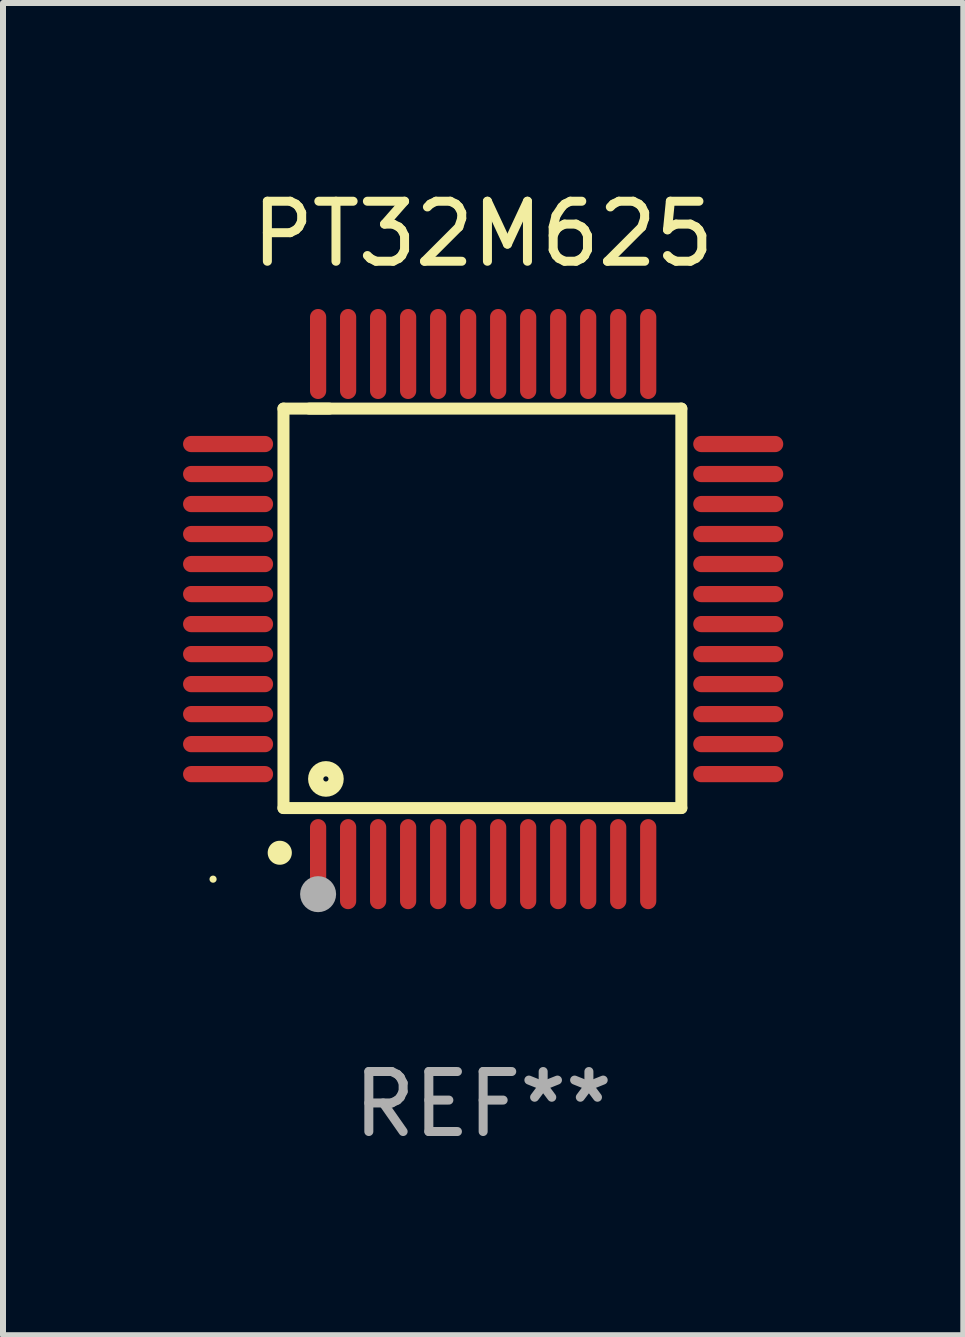
<source format=kicad_pcb>
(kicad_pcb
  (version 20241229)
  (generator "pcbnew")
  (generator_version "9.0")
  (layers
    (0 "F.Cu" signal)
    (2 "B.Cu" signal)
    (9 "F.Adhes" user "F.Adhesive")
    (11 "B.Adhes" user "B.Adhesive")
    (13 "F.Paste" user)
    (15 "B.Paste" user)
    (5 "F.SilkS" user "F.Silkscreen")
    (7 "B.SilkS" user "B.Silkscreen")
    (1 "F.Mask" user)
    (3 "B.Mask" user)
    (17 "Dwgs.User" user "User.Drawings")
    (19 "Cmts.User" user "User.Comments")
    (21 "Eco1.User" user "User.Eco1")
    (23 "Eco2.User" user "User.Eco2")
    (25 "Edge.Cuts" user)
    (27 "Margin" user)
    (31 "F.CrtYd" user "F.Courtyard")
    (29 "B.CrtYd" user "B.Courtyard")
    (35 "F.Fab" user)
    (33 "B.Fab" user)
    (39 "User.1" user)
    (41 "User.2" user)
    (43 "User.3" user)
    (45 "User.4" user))
  (footprint "PT32M625"
    (layer "F.Cu")
    (at 5 7.098)
    (property "Reference" "PT32M625" (at 0 -6.25 0) (layer "F.SilkS") (effects (font (size 1 1) (thickness 0.15))))
    (attr through_hole)
    (fp_line (start -3.327 -3.34) (end -2.565 -3.34) (stroke (width 0.2) (type solid)) (layer "F.SilkS"))
    (fp_line (start -3.327 3.315) (end -3.327 -3.34) (stroke (width 0.2) (type solid)) (layer "F.SilkS"))
    (fp_line (start -2.896 -3.34) (end 3.302 -3.34) (stroke (width 0.2) (type solid)) (layer "F.SilkS"))
    (fp_line (start 3.302 -3.34) (end 3.302 3.315) (stroke (width 0.2) (type solid)) (layer "F.SilkS"))
    (fp_line (start 3.302 3.315) (end -3.327 3.315) (stroke (width 0.2) (type solid)) (layer "F.SilkS"))
    (fp_arc (start -3.389992 4.059995) (mid -3.388722 4.059991) (end -3.387452 4.059995) (stroke (width 0.4) (type solid)) (layer "F.SilkS"))
    (fp_circle (center -4.5 4.5) (end -4.47 4.5) (stroke (width 0.06) (type solid)) (fill no) (layer "F.SilkS"))
    (fp_circle (center -2.62 2.83) (end -2.45 2.83) (stroke (width 0.254) (type solid)) (fill no) (layer "F.SilkS"))
    (fp_circle (center -2.75 4.75) (end -2.6 4.75) (stroke (width 0.3) (type solid)) (fill no) (layer "F.Fab"))
    (fp_text user "REF**" (at 0 8.25 0) (layer "F.Fab") (effects (font (size 1 1) (thickness 0.15))))
    (pad "1" smd oval (at -2.75 4.25) (size 0.27 1.5) (layers "F.Cu" "F.Mask" "F.Paste"))
    (pad "2" smd oval (at -2.25 4.25) (size 0.27 1.5) (layers "F.Cu" "F.Mask" "F.Paste"))
    (pad "3" smd oval (at -1.75 4.25) (size 0.27 1.5) (layers "F.Cu" "F.Mask" "F.Paste"))
    (pad "4" smd oval (at -1.25 4.25) (size 0.27 1.5) (layers "F.Cu" "F.Mask" "F.Paste"))
    (pad "5" smd oval (at -0.75 4.25) (size 0.27 1.5) (layers "F.Cu" "F.Mask" "F.Paste"))
    (pad "6" smd oval (at -0.25 4.25) (size 0.27 1.5) (layers "F.Cu" "F.Mask" "F.Paste"))
    (pad "7" smd oval (at 0.25 4.25) (size 0.27 1.5) (layers "F.Cu" "F.Mask" "F.Paste"))
    (pad "8" smd oval (at 0.75 4.25) (size 0.27 1.5) (layers "F.Cu" "F.Mask" "F.Paste"))
    (pad "9" smd oval (at 1.25 4.25) (size 0.27 1.5) (layers "F.Cu" "F.Mask" "F.Paste"))
    (pad "10" smd oval (at 1.75 4.25) (size 0.27 1.5) (layers "F.Cu" "F.Mask" "F.Paste"))
    (pad "11" smd oval (at 2.25 4.25) (size 0.27 1.5) (layers "F.Cu" "F.Mask" "F.Paste"))
    (pad "12" smd oval (at 2.75 4.25) (size 0.27 1.5) (layers "F.Cu" "F.Mask" "F.Paste"))
    (pad "13" smd oval (at 4.25 2.75) (size 1.5 0.27) (layers "F.Cu" "F.Mask" "F.Paste"))
    (pad "14" smd oval (at 4.25 2.25) (size 1.5 0.27) (layers "F.Cu" "F.Mask" "F.Paste"))
    (pad "15" smd oval (at 4.25 1.75) (size 1.5 0.27) (layers "F.Cu" "F.Mask" "F.Paste"))
    (pad "16" smd oval (at 4.25 1.25) (size 1.5 0.27) (layers "F.Cu" "F.Mask" "F.Paste"))
    (pad "17" smd oval (at 4.25 0.75) (size 1.5 0.27) (layers "F.Cu" "F.Mask" "F.Paste"))
    (pad "18" smd oval (at 4.25 0.25) (size 1.5 0.27) (layers "F.Cu" "F.Mask" "F.Paste"))
    (pad "19" smd oval (at 4.25 -0.25) (size 1.5 0.27) (layers "F.Cu" "F.Mask" "F.Paste"))
    (pad "20" smd oval (at 4.25 -0.75) (size 1.5 0.27) (layers "F.Cu" "F.Mask" "F.Paste"))
    (pad "21" smd oval (at 4.25 -1.25) (size 1.5 0.27) (layers "F.Cu" "F.Mask" "F.Paste"))
    (pad "22" smd oval (at 4.25 -1.75) (size 1.5 0.27) (layers "F.Cu" "F.Mask" "F.Paste"))
    (pad "23" smd oval (at 4.25 -2.25) (size 1.5 0.27) (layers "F.Cu" "F.Mask" "F.Paste"))
    (pad "24" smd oval (at 4.25 -2.75) (size 1.5 0.27) (layers "F.Cu" "F.Mask" "F.Paste"))
    (pad "25" smd oval (at 2.75 -4.25) (size 0.27 1.5) (layers "F.Cu" "F.Mask" "F.Paste"))
    (pad "26" smd oval (at 2.25 -4.25) (size 0.27 1.5) (layers "F.Cu" "F.Mask" "F.Paste"))
    (pad "27" smd oval (at 1.75 -4.25) (size 0.27 1.5) (layers "F.Cu" "F.Mask" "F.Paste"))
    (pad "28" smd oval (at 1.25 -4.25) (size 0.27 1.5) (layers "F.Cu" "F.Mask" "F.Paste"))
    (pad "29" smd oval (at 0.75 -4.25) (size 0.27 1.5) (layers "F.Cu" "F.Mask" "F.Paste"))
    (pad "30" smd oval (at 0.25 -4.25) (size 0.27 1.5) (layers "F.Cu" "F.Mask" "F.Paste"))
    (pad "31" smd oval (at -0.25 -4.25) (size 0.27 1.5) (layers "F.Cu" "F.Mask" "F.Paste"))
    (pad "32" smd oval (at -0.75 -4.25) (size 0.27 1.5) (layers "F.Cu" "F.Mask" "F.Paste"))
    (pad "33" smd oval (at -1.25 -4.25) (size 0.27 1.5) (layers "F.Cu" "F.Mask" "F.Paste"))
    (pad "34" smd oval (at -1.75 -4.25) (size 0.27 1.5) (layers "F.Cu" "F.Mask" "F.Paste"))
    (pad "35" smd oval (at -2.25 -4.25) (size 0.27 1.5) (layers "F.Cu" "F.Mask" "F.Paste"))
    (pad "36" smd oval (at -2.75 -4.25) (size 0.27 1.5) (layers "F.Cu" "F.Mask" "F.Paste"))
    (pad "37" smd oval (at -4.25 -2.75) (size 1.5 0.27) (layers "F.Cu" "F.Mask" "F.Paste"))
    (pad "38" smd oval (at -4.25 -2.25) (size 1.5 0.27) (layers "F.Cu" "F.Mask" "F.Paste"))
    (pad "39" smd oval (at -4.25 -1.75) (size 1.5 0.27) (layers "F.Cu" "F.Mask" "F.Paste"))
    (pad "40" smd oval (at -4.25 -1.25) (size 1.5 0.27) (layers "F.Cu" "F.Mask" "F.Paste"))
    (pad "41" smd oval (at -4.25 -0.75) (size 1.5 0.27) (layers "F.Cu" "F.Mask" "F.Paste"))
    (pad "42" smd oval (at -4.25 -0.25) (size 1.5 0.27) (layers "F.Cu" "F.Mask" "F.Paste"))
    (pad "43" smd oval (at -4.25 0.25) (size 1.5 0.27) (layers "F.Cu" "F.Mask" "F.Paste"))
    (pad "44" smd oval (at -4.25 0.75) (size 1.5 0.27) (layers "F.Cu" "F.Mask" "F.Paste"))
    (pad "45" smd oval (at -4.25 1.25) (size 1.5 0.27) (layers "F.Cu" "F.Mask" "F.Paste"))
    (pad "46" smd oval (at -4.25 1.75) (size 1.5 0.27) (layers "F.Cu" "F.Mask" "F.Paste"))
    (pad "47" smd oval (at -4.25 2.25) (size 1.5 0.27) (layers "F.Cu" "F.Mask" "F.Paste"))
    (pad "48" smd oval (at -4.25 2.75) (size 1.5 0.27) (layers "F.Cu" "F.Mask" "F.Paste")))
  (gr_rect
    (start -3 -3)
    (end 13 19.196)
    (stroke (width 0.1) (type default))
    (fill no)
    (layer "Edge.Cuts")))
</source>
